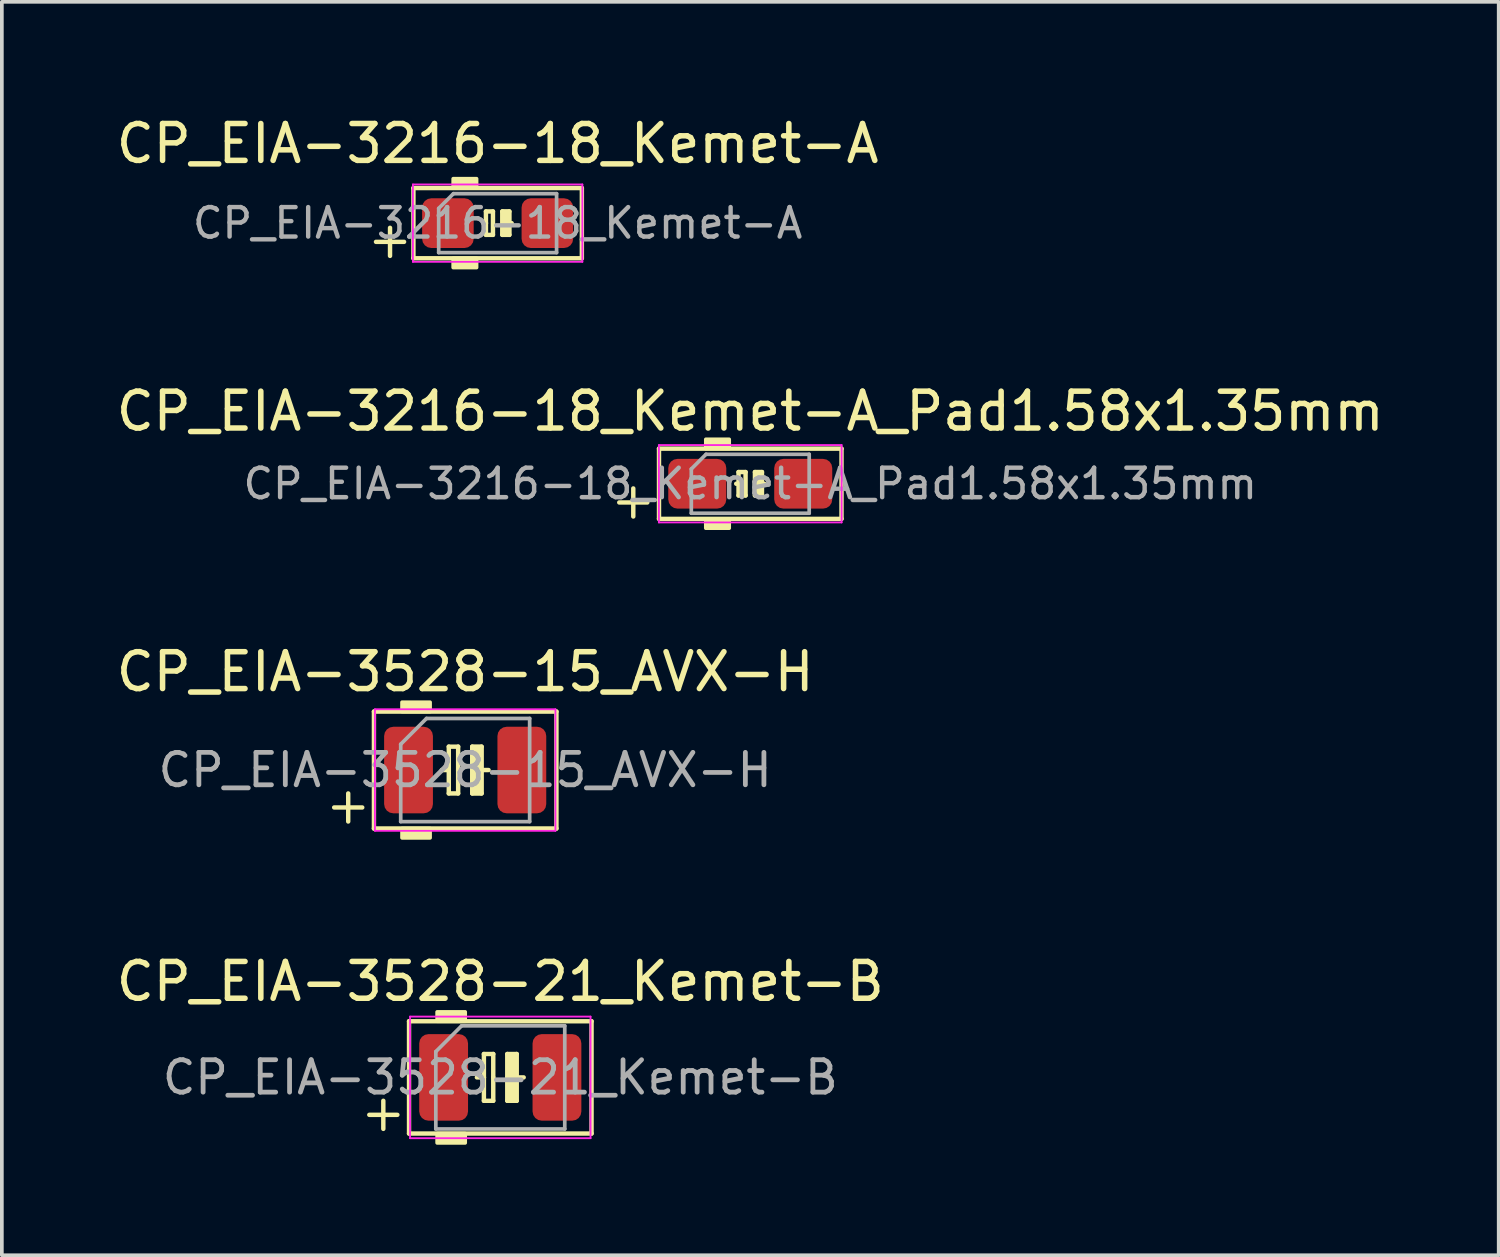
<source format=kicad_pcb>
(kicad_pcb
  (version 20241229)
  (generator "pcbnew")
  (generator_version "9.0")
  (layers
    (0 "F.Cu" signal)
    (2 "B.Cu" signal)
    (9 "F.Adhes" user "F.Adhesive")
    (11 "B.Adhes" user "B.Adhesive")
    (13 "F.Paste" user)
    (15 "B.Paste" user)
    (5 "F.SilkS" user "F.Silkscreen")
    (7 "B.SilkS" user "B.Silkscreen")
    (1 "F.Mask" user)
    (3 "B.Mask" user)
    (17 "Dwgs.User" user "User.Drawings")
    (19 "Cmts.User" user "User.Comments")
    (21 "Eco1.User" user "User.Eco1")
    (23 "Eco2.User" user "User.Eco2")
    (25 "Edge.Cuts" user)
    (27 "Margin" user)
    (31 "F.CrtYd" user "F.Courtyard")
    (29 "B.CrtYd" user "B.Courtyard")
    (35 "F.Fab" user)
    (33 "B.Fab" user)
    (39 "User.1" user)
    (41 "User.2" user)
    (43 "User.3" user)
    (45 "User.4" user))
  (footprint "CP_EIA-3528-21_Kemet-B"
    (layer "F.Cu")
    (at 10.53 26.195)
    (property "Reference" "CP_EIA-3528-21_Kemet-B" (at 0 -2.603 0) (layer "F.SilkS") (effects (font (size 1 1) (thickness 0.15))))
    (attr smd)
    (fp_line (start -3.556 1.016) (end -2.794 1.016) (stroke (width 0.12) (type solid)) (layer "F.SilkS"))
    (fp_line (start -3.175 0.635) (end -3.175 1.397) (stroke (width 0.12) (type solid)) (layer "F.SilkS"))
    (fp_line (start -2.477 -1.524) (end -2.477 1.524) (stroke (width 0.12) (type solid)) (layer "F.SilkS"))
    (fp_line (start -2.477 1.524) (end 2.477 1.524) (stroke (width 0.12) (type solid)) (layer "F.SilkS"))
    (fp_line (start -0.445 -0.635) (end -0.445 0) (stroke (width 0.12) (type solid)) (layer "F.SilkS"))
    (fp_line (start -0.445 -0.635) (end -0.191 -0.635) (stroke (width 0.12) (type solid)) (layer "F.SilkS"))
    (fp_line (start -0.445 0) (end -0.635 0) (stroke (width 0.12) (type solid)) (layer "F.SilkS"))
    (fp_line (start -0.445 0.635) (end -0.445 0) (stroke (width 0.12) (type solid)) (layer "F.SilkS"))
    (fp_line (start -0.191 -0.635) (end -0.191 0) (stroke (width 0.12) (type solid)) (layer "F.SilkS"))
    (fp_line (start -0.191 0.635) (end -0.445 0.635) (stroke (width 0.12) (type solid)) (layer "F.SilkS"))
    (fp_line (start -0.191 0.635) (end -0.191 0) (stroke (width 0.12) (type solid)) (layer "F.SilkS"))
    (fp_line (start 0.191 -0.635) (end 0.191 0) (stroke (width 0.12) (type solid)) (layer "F.SilkS"))
    (fp_line (start 0.191 -0.635) (end 0.445 -0.635) (stroke (width 0.12) (type solid)) (layer "F.SilkS"))
    (fp_line (start 0.191 0.635) (end 0.191 0) (stroke (width 0.12) (type solid)) (layer "F.SilkS"))
    (fp_line (start 0.445 -0.635) (end 0.445 0) (stroke (width 0.12) (type solid)) (layer "F.SilkS"))
    (fp_line (start 0.445 0) (end 0.635 0) (stroke (width 0.12) (type solid)) (layer "F.SilkS"))
    (fp_line (start 0.445 0.635) (end 0.191 0.635) (stroke (width 0.12) (type solid)) (layer "F.SilkS"))
    (fp_line (start 0.445 0.635) (end 0.445 0) (stroke (width 0.12) (type solid)) (layer "F.SilkS"))
    (fp_line (start 2.477 -1.524) (end -2.477 -1.524) (stroke (width 0.12) (type solid)) (layer "F.SilkS"))
    (fp_line (start 2.477 1.524) (end 2.477 -1.524) (stroke (width 0.12) (type solid)) (layer "F.SilkS"))
    (fp_poly (pts (xy -0.953 -1.524) (xy -1.714 -1.524) (xy -1.714 -1.778) (xy -0.953 -1.778)) (stroke (width 0.1) (type solid)) (fill yes) (layer "F.SilkS"))
    (fp_poly (pts (xy -0.953 1.778) (xy -1.714 1.778) (xy -1.714 1.524) (xy -0.953 1.524)) (stroke (width 0.1) (type solid)) (fill yes) (layer "F.SilkS"))
    (fp_poly (pts (xy 0.445 0.635) (xy 0.191 0.635) (xy 0.191 -0.635) (xy 0.445 -0.635)) (stroke (width 0.1) (type solid)) (fill yes) (layer "F.SilkS"))
    (fp_line (start -2.45 -1.65) (end 2.45 -1.65) (stroke (width 0.05) (type solid)) (layer "F.CrtYd"))
    (fp_line (start -2.45 1.65) (end -2.45 -1.65) (stroke (width 0.05) (type solid)) (layer "F.CrtYd"))
    (fp_line (start 2.45 -1.65) (end 2.45 1.65) (stroke (width 0.05) (type solid)) (layer "F.CrtYd"))
    (fp_line (start 2.45 1.65) (end -2.45 1.65) (stroke (width 0.05) (type solid)) (layer "F.CrtYd"))
    (fp_line (start -1.75 -0.7) (end -1.75 1.4) (stroke (width 0.1) (type solid)) (layer "F.Fab"))
    (fp_line (start -1.75 1.4) (end 1.75 1.4) (stroke (width 0.1) (type solid)) (layer "F.Fab"))
    (fp_line (start -1.05 -1.4) (end -1.75 -0.7) (stroke (width 0.1) (type solid)) (layer "F.Fab"))
    (fp_line (start 1.75 -1.4) (end -1.05 -1.4) (stroke (width 0.1) (type solid)) (layer "F.Fab"))
    (fp_line (start 1.75 1.4) (end 1.75 -1.4) (stroke (width 0.1) (type solid)) (layer "F.Fab"))
    (fp_text user "${REFERENCE}" (at 0 0 0) (layer "F.Fab") (effects (font (size 0.88 0.88) (thickness 0.13))))
    (pad "1" smd roundrect (at -1.538 0) (size 1.325 2.35) (layers "F.Cu" "F.Mask" "F.Paste") (roundrect_rratio 0.189))
    (pad "2" smd roundrect (at 1.538 0) (size 1.325 2.35) (layers "F.Cu" "F.Mask" "F.Paste") (roundrect_rratio 0.189)))
  (footprint "CP_EIA-3528-15_AVX-H"
    (layer "F.Cu")
    (at 9.577 17.852)
    (property "Reference" "CP_EIA-3528-15_AVX-H" (at 0 -2.667 0) (layer "F.SilkS") (effects (font (size 1 1) (thickness 0.15))))
    (attr smd)
    (fp_line (start -3.556 1.016) (end -2.794 1.016) (stroke (width 0.12) (type solid)) (layer "F.SilkS"))
    (fp_line (start -3.175 0.635) (end -3.175 1.397) (stroke (width 0.12) (type solid)) (layer "F.SilkS"))
    (fp_line (start -2.477 -1.587) (end -2.477 1.587) (stroke (width 0.12) (type solid)) (layer "F.SilkS"))
    (fp_line (start -2.477 1.587) (end 2.477 1.587) (stroke (width 0.12) (type solid)) (layer "F.SilkS"))
    (fp_line (start -0.445 -0.635) (end -0.445 0) (stroke (width 0.12) (type solid)) (layer "F.SilkS"))
    (fp_line (start -0.445 -0.635) (end -0.191 -0.635) (stroke (width 0.12) (type solid)) (layer "F.SilkS"))
    (fp_line (start -0.445 0) (end -0.635 0) (stroke (width 0.12) (type solid)) (layer "F.SilkS"))
    (fp_line (start -0.445 0.635) (end -0.445 0) (stroke (width 0.12) (type solid)) (layer "F.SilkS"))
    (fp_line (start -0.191 -0.635) (end -0.191 0) (stroke (width 0.12) (type solid)) (layer "F.SilkS"))
    (fp_line (start -0.191 0.635) (end -0.445 0.635) (stroke (width 0.12) (type solid)) (layer "F.SilkS"))
    (fp_line (start -0.191 0.635) (end -0.191 0) (stroke (width 0.12) (type solid)) (layer "F.SilkS"))
    (fp_line (start 0.191 -0.635) (end 0.191 0) (stroke (width 0.12) (type solid)) (layer "F.SilkS"))
    (fp_line (start 0.191 -0.635) (end 0.445 -0.635) (stroke (width 0.12) (type solid)) (layer "F.SilkS"))
    (fp_line (start 0.191 0.635) (end 0.191 0) (stroke (width 0.12) (type solid)) (layer "F.SilkS"))
    (fp_line (start 0.445 -0.635) (end 0.445 0) (stroke (width 0.12) (type solid)) (layer "F.SilkS"))
    (fp_line (start 0.445 0) (end 0.635 0) (stroke (width 0.12) (type solid)) (layer "F.SilkS"))
    (fp_line (start 0.445 0.635) (end 0.191 0.635) (stroke (width 0.12) (type solid)) (layer "F.SilkS"))
    (fp_line (start 0.445 0.635) (end 0.445 0) (stroke (width 0.12) (type solid)) (layer "F.SilkS"))
    (fp_line (start 2.477 -1.587) (end -2.477 -1.587) (stroke (width 0.12) (type solid)) (layer "F.SilkS"))
    (fp_line (start 2.477 1.587) (end 2.477 -1.587) (stroke (width 0.12) (type solid)) (layer "F.SilkS"))
    (fp_poly (pts (xy -0.953 -1.587) (xy -1.714 -1.587) (xy -1.714 -1.841) (xy -0.953 -1.841)) (stroke (width 0.1) (type solid)) (fill yes) (layer "F.SilkS"))
    (fp_poly (pts (xy -0.953 1.841) (xy -1.714 1.841) (xy -1.714 1.587) (xy -0.953 1.587)) (stroke (width 0.1) (type solid)) (fill yes) (layer "F.SilkS"))
    (fp_poly (pts (xy 0.445 0.635) (xy 0.191 0.635) (xy 0.191 -0.635) (xy 0.445 -0.635)) (stroke (width 0.1) (type solid)) (fill yes) (layer "F.SilkS"))
    (fp_line (start -2.45 -1.65) (end 2.45 -1.65) (stroke (width 0.05) (type solid)) (layer "F.CrtYd"))
    (fp_line (start -2.45 1.65) (end -2.45 -1.65) (stroke (width 0.05) (type solid)) (layer "F.CrtYd"))
    (fp_line (start 2.45 -1.65) (end 2.45 1.65) (stroke (width 0.05) (type solid)) (layer "F.CrtYd"))
    (fp_line (start 2.45 1.65) (end -2.45 1.65) (stroke (width 0.05) (type solid)) (layer "F.CrtYd"))
    (fp_line (start -1.75 -0.7) (end -1.75 1.4) (stroke (width 0.1) (type solid)) (layer "F.Fab"))
    (fp_line (start -1.75 1.4) (end 1.75 1.4) (stroke (width 0.1) (type solid)) (layer "F.Fab"))
    (fp_line (start -1.05 -1.4) (end -1.75 -0.7) (stroke (width 0.1) (type solid)) (layer "F.Fab"))
    (fp_line (start 1.75 -1.4) (end -1.05 -1.4) (stroke (width 0.1) (type solid)) (layer "F.Fab"))
    (fp_line (start 1.75 1.4) (end 1.75 -1.4) (stroke (width 0.1) (type solid)) (layer "F.Fab"))
    (fp_text user "${REFERENCE}" (at 0 0 0) (layer "F.Fab") (effects (font (size 0.88 0.88) (thickness 0.13))))
    (pad "1" smd roundrect (at -1.538 0) (size 1.325 2.35) (layers "F.Cu" "F.Mask" "F.Paste") (roundrect_rratio 0.189))
    (pad "2" smd roundrect (at 1.538 0) (size 1.325 2.35) (layers "F.Cu" "F.Mask" "F.Paste") (roundrect_rratio 0.189)))
  (footprint "CP_EIA-3216-18_Kemet-A_Pad1.58x1.35mm"
    (layer "F.Cu")
    (at 17.315 10.081)
    (property "Reference" "CP_EIA-3216-18_Kemet-A_Pad1.58x1.35mm" (at 0 -1.968 0) (layer "F.SilkS") (effects (font (size 1 1) (thickness 0.15))))
    (attr smd)
    (fp_line (start -3.556 0.508) (end -2.794 0.508) (stroke (width 0.12) (type solid)) (layer "F.SilkS"))
    (fp_line (start -3.175 0.127) (end -3.175 0.889) (stroke (width 0.12) (type solid)) (layer "F.SilkS"))
    (fp_line (start -2.477 -0.953) (end -2.477 0.953) (stroke (width 0.12) (type solid)) (layer "F.SilkS"))
    (fp_line (start -2.477 0.953) (end 2.477 0.953) (stroke (width 0.12) (type solid)) (layer "F.SilkS"))
    (fp_line (start -0.381 0) (end -0.318 0) (stroke (width 0.12) (type solid)) (layer "F.SilkS"))
    (fp_line (start -0.318 -0.318) (end -0.318 0) (stroke (width 0.12) (type solid)) (layer "F.SilkS"))
    (fp_line (start -0.318 0) (end -0.318 0.318) (stroke (width 0.12) (type solid)) (layer "F.SilkS"))
    (fp_line (start -0.318 0.318) (end -0.127 0.318) (stroke (width 0.12) (type solid)) (layer "F.SilkS"))
    (fp_line (start -0.127 -0.318) (end -0.318 -0.318) (stroke (width 0.12) (type solid)) (layer "F.SilkS"))
    (fp_line (start -0.127 0.318) (end -0.127 -0.318) (stroke (width 0.12) (type solid)) (layer "F.SilkS"))
    (fp_line (start 0.127 -0.318) (end 0.127 0.318) (stroke (width 0.12) (type solid)) (layer "F.SilkS"))
    (fp_line (start 0.127 0.318) (end 0.318 0.318) (stroke (width 0.12) (type solid)) (layer "F.SilkS"))
    (fp_line (start 0.318 -0.318) (end 0.127 -0.318) (stroke (width 0.12) (type solid)) (layer "F.SilkS"))
    (fp_line (start 0.318 0) (end 0.318 -0.318) (stroke (width 0.12) (type solid)) (layer "F.SilkS"))
    (fp_line (start 0.318 0.318) (end 0.318 0) (stroke (width 0.12) (type solid)) (layer "F.SilkS"))
    (fp_line (start 0.381 0) (end 0.318 0) (stroke (width 0.12) (type solid)) (layer "F.SilkS"))
    (fp_line (start 2.477 -0.953) (end -2.477 -0.953) (stroke (width 0.12) (type solid)) (layer "F.SilkS"))
    (fp_line (start 2.477 0.953) (end 2.477 -0.953) (stroke (width 0.12) (type solid)) (layer "F.SilkS"))
    (fp_poly (pts (xy -0.572 -0.953) (xy -1.206 -0.953) (xy -1.206 -1.206) (xy -0.572 -1.206)) (stroke (width 0.1) (type solid)) (fill yes) (layer "F.SilkS"))
    (fp_poly (pts (xy -0.572 1.206) (xy -1.206 1.206) (xy -1.206 0.953) (xy -0.572 0.953)) (stroke (width 0.1) (type solid)) (fill yes) (layer "F.SilkS"))
    (fp_poly (pts (xy 0.318 0.318) (xy 0.127 0.318) (xy 0.127 -0.318) (xy 0.318 -0.318)) (stroke (width 0.1) (type solid)) (fill yes) (layer "F.SilkS"))
    (fp_line (start -2.48 -1.05) (end 2.48 -1.05) (stroke (width 0.05) (type solid)) (layer "F.CrtYd"))
    (fp_line (start -2.48 1.05) (end -2.48 -1.05) (stroke (width 0.05) (type solid)) (layer "F.CrtYd"))
    (fp_line (start 2.48 -1.05) (end 2.48 1.05) (stroke (width 0.05) (type solid)) (layer "F.CrtYd"))
    (fp_line (start 2.48 1.05) (end -2.48 1.05) (stroke (width 0.05) (type solid)) (layer "F.CrtYd"))
    (fp_line (start -1.6 -0.4) (end -1.6 0.8) (stroke (width 0.1) (type solid)) (layer "F.Fab"))
    (fp_line (start -1.6 0.8) (end 1.6 0.8) (stroke (width 0.1) (type solid)) (layer "F.Fab"))
    (fp_line (start -1.2 -0.8) (end -1.6 -0.4) (stroke (width 0.1) (type solid)) (layer "F.Fab"))
    (fp_line (start 1.6 -0.8) (end -1.2 -0.8) (stroke (width 0.1) (type solid)) (layer "F.Fab"))
    (fp_line (start 1.6 0.8) (end 1.6 -0.8) (stroke (width 0.1) (type solid)) (layer "F.Fab"))
    (fp_text user "${REFERENCE}" (at 0 0 0) (layer "F.Fab") (effects (font (size 0.8 0.8) (thickness 0.12))))
    (pad "1" smd roundrect (at -1.438 0) (size 1.575 1.35) (layers "F.Cu" "F.Mask" "F.Paste") (roundrect_rratio 0.185))
    (pad "2" smd roundrect (at 1.438 0) (size 1.575 1.35) (layers "F.Cu" "F.Mask" "F.Paste") (roundrect_rratio 0.185)))
  (footprint "CP_EIA-3216-18_Kemet-A"
    (layer "F.Cu")
    (at 10.458 3.007)
    (property "Reference" "CP_EIA-3216-18_Kemet-A" (at 0 -2.159 0) (layer "F.SilkS") (effects (font (size 1 1) (thickness 0.15))))
    (attr smd)
    (fp_line (start -3.302 0.508) (end -2.54 0.508) (stroke (width 0.12) (type solid)) (layer "F.SilkS"))
    (fp_line (start -2.921 0.127) (end -2.921 0.889) (stroke (width 0.12) (type solid)) (layer "F.SilkS"))
    (fp_line (start -2.286 -0.953) (end -2.286 0.953) (stroke (width 0.12) (type solid)) (layer "F.SilkS"))
    (fp_line (start -2.286 0.953) (end 2.286 0.953) (stroke (width 0.12) (type solid)) (layer "F.SilkS"))
    (fp_line (start -0.381 0) (end -0.318 0) (stroke (width 0.12) (type solid)) (layer "F.SilkS"))
    (fp_line (start -0.318 -0.318) (end -0.318 0) (stroke (width 0.12) (type solid)) (layer "F.SilkS"))
    (fp_line (start -0.318 0) (end -0.318 0.318) (stroke (width 0.12) (type solid)) (layer "F.SilkS"))
    (fp_line (start -0.318 0.318) (end -0.127 0.318) (stroke (width 0.12) (type solid)) (layer "F.SilkS"))
    (fp_line (start -0.127 -0.318) (end -0.318 -0.318) (stroke (width 0.12) (type solid)) (layer "F.SilkS"))
    (fp_line (start -0.127 0.318) (end -0.127 -0.318) (stroke (width 0.12) (type solid)) (layer "F.SilkS"))
    (fp_line (start 0.127 -0.318) (end 0.127 0.318) (stroke (width 0.12) (type solid)) (layer "F.SilkS"))
    (fp_line (start 0.127 0.318) (end 0.318 0.318) (stroke (width 0.12) (type solid)) (layer "F.SilkS"))
    (fp_line (start 0.318 -0.318) (end 0.127 -0.318) (stroke (width 0.12) (type solid)) (layer "F.SilkS"))
    (fp_line (start 0.318 0) (end 0.318 -0.318) (stroke (width 0.12) (type solid)) (layer "F.SilkS"))
    (fp_line (start 0.318 0.318) (end 0.318 0) (stroke (width 0.12) (type solid)) (layer "F.SilkS"))
    (fp_line (start 0.381 0) (end 0.318 0) (stroke (width 0.12) (type solid)) (layer "F.SilkS"))
    (fp_line (start 2.286 -0.953) (end -2.286 -0.953) (stroke (width 0.12) (type solid)) (layer "F.SilkS"))
    (fp_line (start 2.286 0.953) (end 2.286 -0.953) (stroke (width 0.12) (type solid)) (layer "F.SilkS"))
    (fp_poly (pts (xy -0.572 -0.953) (xy -1.206 -0.953) (xy -1.206 -1.206) (xy -0.572 -1.206)) (stroke (width 0.1) (type solid)) (fill yes) (layer "F.SilkS"))
    (fp_poly (pts (xy -0.572 1.206) (xy -1.206 1.206) (xy -1.206 0.953) (xy -0.572 0.953)) (stroke (width 0.1) (type solid)) (fill yes) (layer "F.SilkS"))
    (fp_poly (pts (xy 0.318 0.318) (xy 0.127 0.318) (xy 0.127 -0.318) (xy 0.318 -0.318)) (stroke (width 0.1) (type solid)) (fill yes) (layer "F.SilkS"))
    (fp_line (start -2.3 -1.05) (end 2.3 -1.05) (stroke (width 0.05) (type solid)) (layer "F.CrtYd"))
    (fp_line (start -2.3 1.05) (end -2.3 -1.05) (stroke (width 0.05) (type solid)) (layer "F.CrtYd"))
    (fp_line (start 2.3 -1.05) (end 2.3 1.05) (stroke (width 0.05) (type solid)) (layer "F.CrtYd"))
    (fp_line (start 2.3 1.05) (end -2.3 1.05) (stroke (width 0.05) (type solid)) (layer "F.CrtYd"))
    (fp_line (start -1.6 -0.4) (end -1.6 0.8) (stroke (width 0.1) (type solid)) (layer "F.Fab"))
    (fp_line (start -1.6 0.8) (end 1.6 0.8) (stroke (width 0.1) (type solid)) (layer "F.Fab"))
    (fp_line (start -1.2 -0.8) (end -1.6 -0.4) (stroke (width 0.1) (type solid)) (layer "F.Fab"))
    (fp_line (start 1.6 -0.8) (end -1.2 -0.8) (stroke (width 0.1) (type solid)) (layer "F.Fab"))
    (fp_line (start 1.6 0.8) (end 1.6 -0.8) (stroke (width 0.1) (type solid)) (layer "F.Fab"))
    (fp_text user "${REFERENCE}" (at 0 0 0) (layer "F.Fab") (effects (font (size 0.8 0.8) (thickness 0.12))))
    (pad "1" smd roundrect (at -1.35 0) (size 1.4 1.35) (layers "F.Cu" "F.Mask" "F.Paste") (roundrect_rratio 0.185))
    (pad "2" smd roundrect (at 1.35 0) (size 1.4 1.35) (layers "F.Cu" "F.Mask" "F.Paste") (roundrect_rratio 0.185)))
  (gr_rect
    (start -3 -3)
    (end 37.631 31.023)
    (stroke (width 0.1) (type default))
    (fill no)
    (layer "Edge.Cuts")))
</source>
